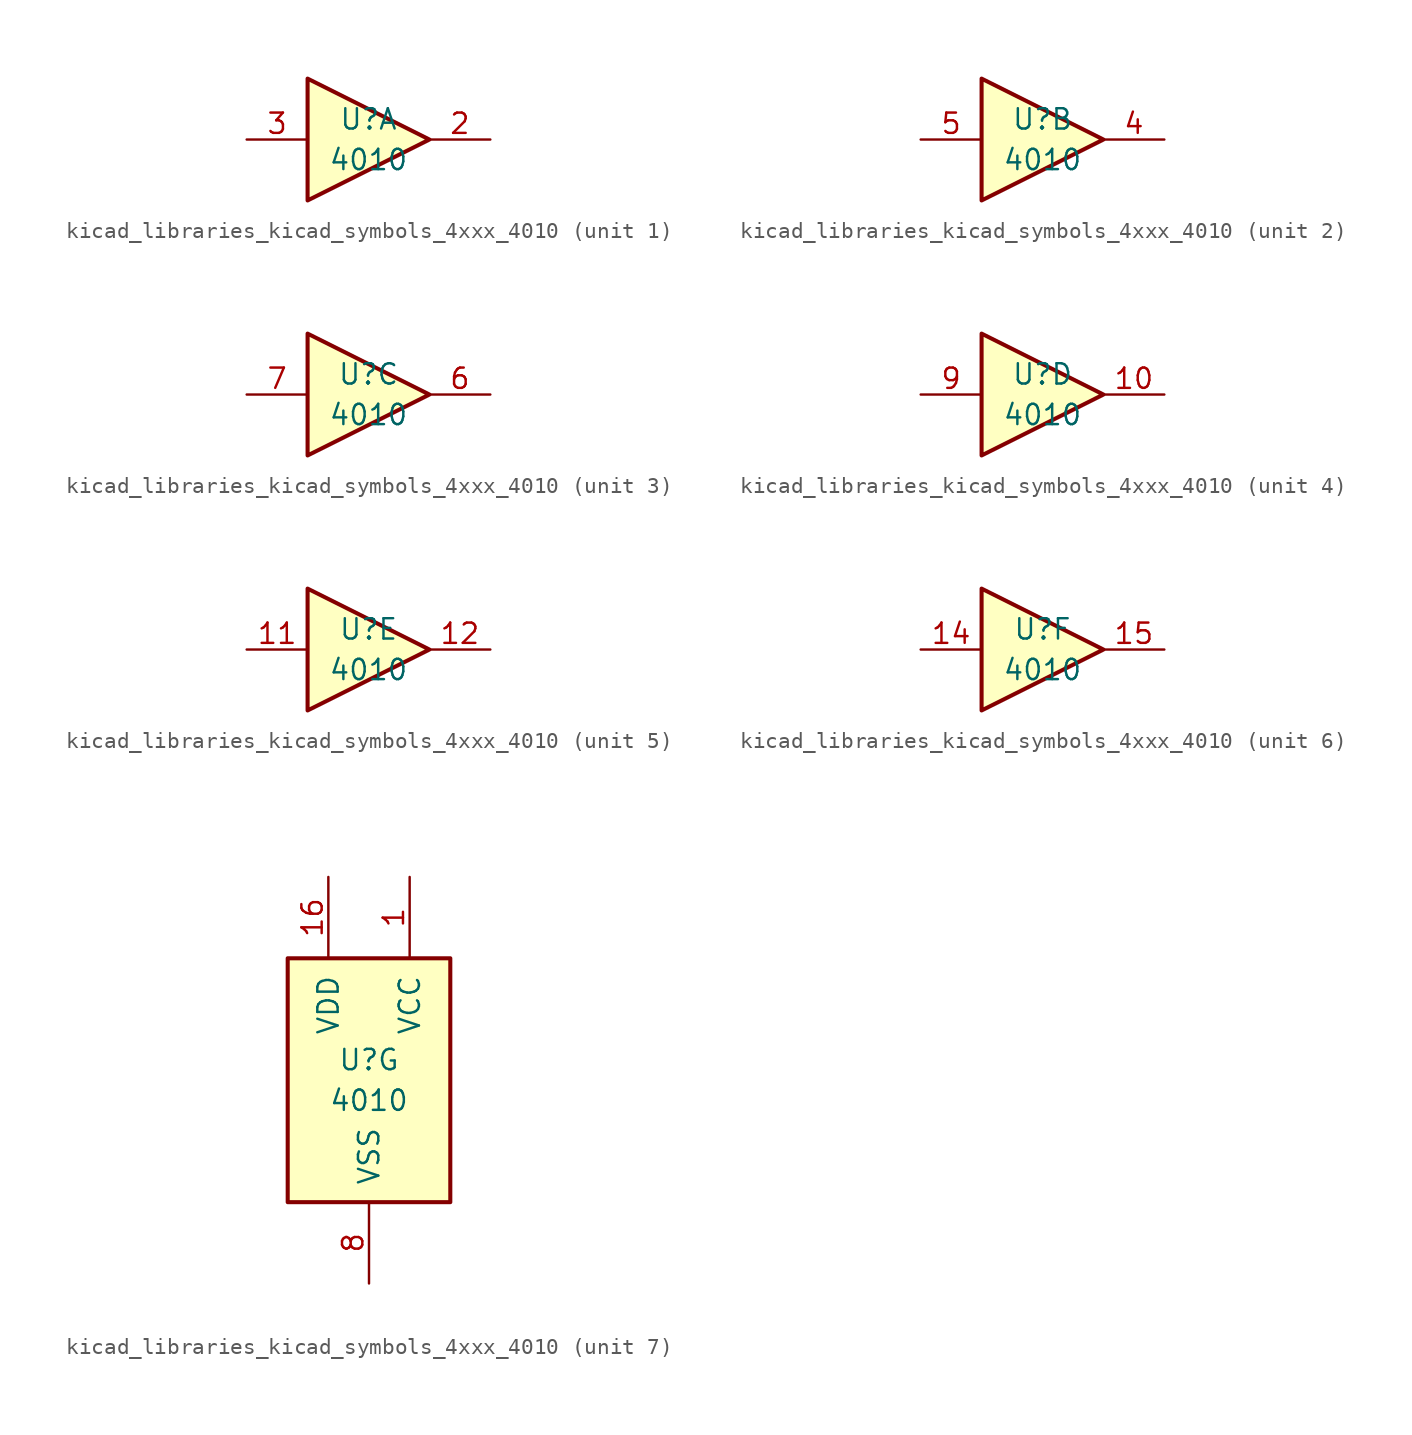
<source format=kicad_sym>
(kicad_symbol_lib
  (version 20220914)
  (generator kicad_symbol_editor)
  (symbol "kicad_libraries_kicad_symbols_4xxx_4010"
    (pin_names
      (offset 1.016))
    (property "Reference" "U"
      (at 0 1.27 0)
      (effects (font (size 1.27 1.27))))
    (property "Value" "4010"
      (at 0 -1.27 0)
      (effects (font (size 1.27 1.27))))
    (property "ki_locked" ""
      (at 0 0 0)
      (effects (font (size 1.27 1.27))))
    (symbol "kicad_libraries_kicad_symbols_4xxx_4010_1_0"
      (polyline (pts (xy -3.81 3.81) (xy -3.81 -3.81) (xy 3.81 0) (xy -3.81 3.81)) (stroke (width 0.254) (type default)) (fill (type background)))
      (pin output line (at 7.62 0 180) (length 3.81) (name "~" (effects (font (size 1.27 1.27)))) (number "2" (effects (font (size 1.27 1.27)))))
      (pin input line (at -7.62 0 0) (length 3.81) (name "~" (effects (font (size 1.27 1.27)))) (number "3" (effects (font (size 1.27 1.27))))))
    (symbol "kicad_libraries_kicad_symbols_4xxx_4010_2_0"
      (polyline (pts (xy -3.81 3.81) (xy -3.81 -3.81) (xy 3.81 0) (xy -3.81 3.81)) (stroke (width 0.254) (type default)) (fill (type background)))
      (pin output line (at 7.62 0 180) (length 3.81) (name "~" (effects (font (size 1.27 1.27)))) (number "4" (effects (font (size 1.27 1.27)))))
      (pin input line (at -7.62 0 0) (length 3.81) (name "~" (effects (font (size 1.27 1.27)))) (number "5" (effects (font (size 1.27 1.27))))))
    (symbol "kicad_libraries_kicad_symbols_4xxx_4010_3_0"
      (polyline (pts (xy -3.81 3.81) (xy -3.81 -3.81) (xy 3.81 0) (xy -3.81 3.81)) (stroke (width 0.254) (type default)) (fill (type background)))
      (pin output line (at 7.62 0 180) (length 3.81) (name "~" (effects (font (size 1.27 1.27)))) (number "6" (effects (font (size 1.27 1.27)))))
      (pin input line (at -7.62 0 0) (length 3.81) (name "~" (effects (font (size 1.27 1.27)))) (number "7" (effects (font (size 1.27 1.27))))))
    (symbol "kicad_libraries_kicad_symbols_4xxx_4010_4_0"
      (polyline (pts (xy -3.81 3.81) (xy -3.81 -3.81) (xy 3.81 0) (xy -3.81 3.81)) (stroke (width 0.254) (type default)) (fill (type background)))
      (pin output line (at 7.62 0 180) (length 3.81) (name "~" (effects (font (size 1.27 1.27)))) (number "10" (effects (font (size 1.27 1.27)))))
      (pin input line (at -7.62 0 0) (length 3.81) (name "~" (effects (font (size 1.27 1.27)))) (number "9" (effects (font (size 1.27 1.27))))))
    (symbol "kicad_libraries_kicad_symbols_4xxx_4010_5_0"
      (polyline (pts (xy -3.81 3.81) (xy -3.81 -3.81) (xy 3.81 0) (xy -3.81 3.81)) (stroke (width 0.254) (type default)) (fill (type background)))
      (pin input line (at -7.62 0 0) (length 3.81) (name "~" (effects (font (size 1.27 1.27)))) (number "11" (effects (font (size 1.27 1.27)))))
      (pin output line (at 7.62 0 180) (length 3.81) (name "~" (effects (font (size 1.27 1.27)))) (number "12" (effects (font (size 1.27 1.27))))))
    (symbol "kicad_libraries_kicad_symbols_4xxx_4010_6_0"
      (polyline (pts (xy -3.81 3.81) (xy -3.81 -3.81) (xy 3.81 0) (xy -3.81 3.81)) (stroke (width 0.254) (type default)) (fill (type background)))
      (pin input line (at -7.62 0 0) (length 3.81) (name "~" (effects (font (size 1.27 1.27)))) (number "14" (effects (font (size 1.27 1.27)))))
      (pin output line (at 7.62 0 180) (length 3.81) (name "~" (effects (font (size 1.27 1.27)))) (number "15" (effects (font (size 1.27 1.27))))))
    (symbol "kicad_libraries_kicad_symbols_4xxx_4010_7_0"
      (pin power_in line (at 2.54 12.7 270) (length 5.08) (name "VCC" (effects (font (size 1.27 1.27)))) (number "1" (effects (font (size 1.27 1.27)))))
      (pin power_in line (at -2.54 12.7 270) (length 5.08) (name "VDD" (effects (font (size 1.27 1.27)))) (number "16" (effects (font (size 1.27 1.27)))))
      (pin power_in line (at 0 -12.7 90) (length 5.08) (name "VSS" (effects (font (size 1.27 1.27)))) (number "8" (effects (font (size 1.27 1.27))))))
    (symbol "kicad_libraries_kicad_symbols_4xxx_4010_7_1"
      (rectangle (start -5.08 7.62) (end 5.08 -7.62) (stroke (width 0.254) (type default)) (fill (type background))))))
</source>
